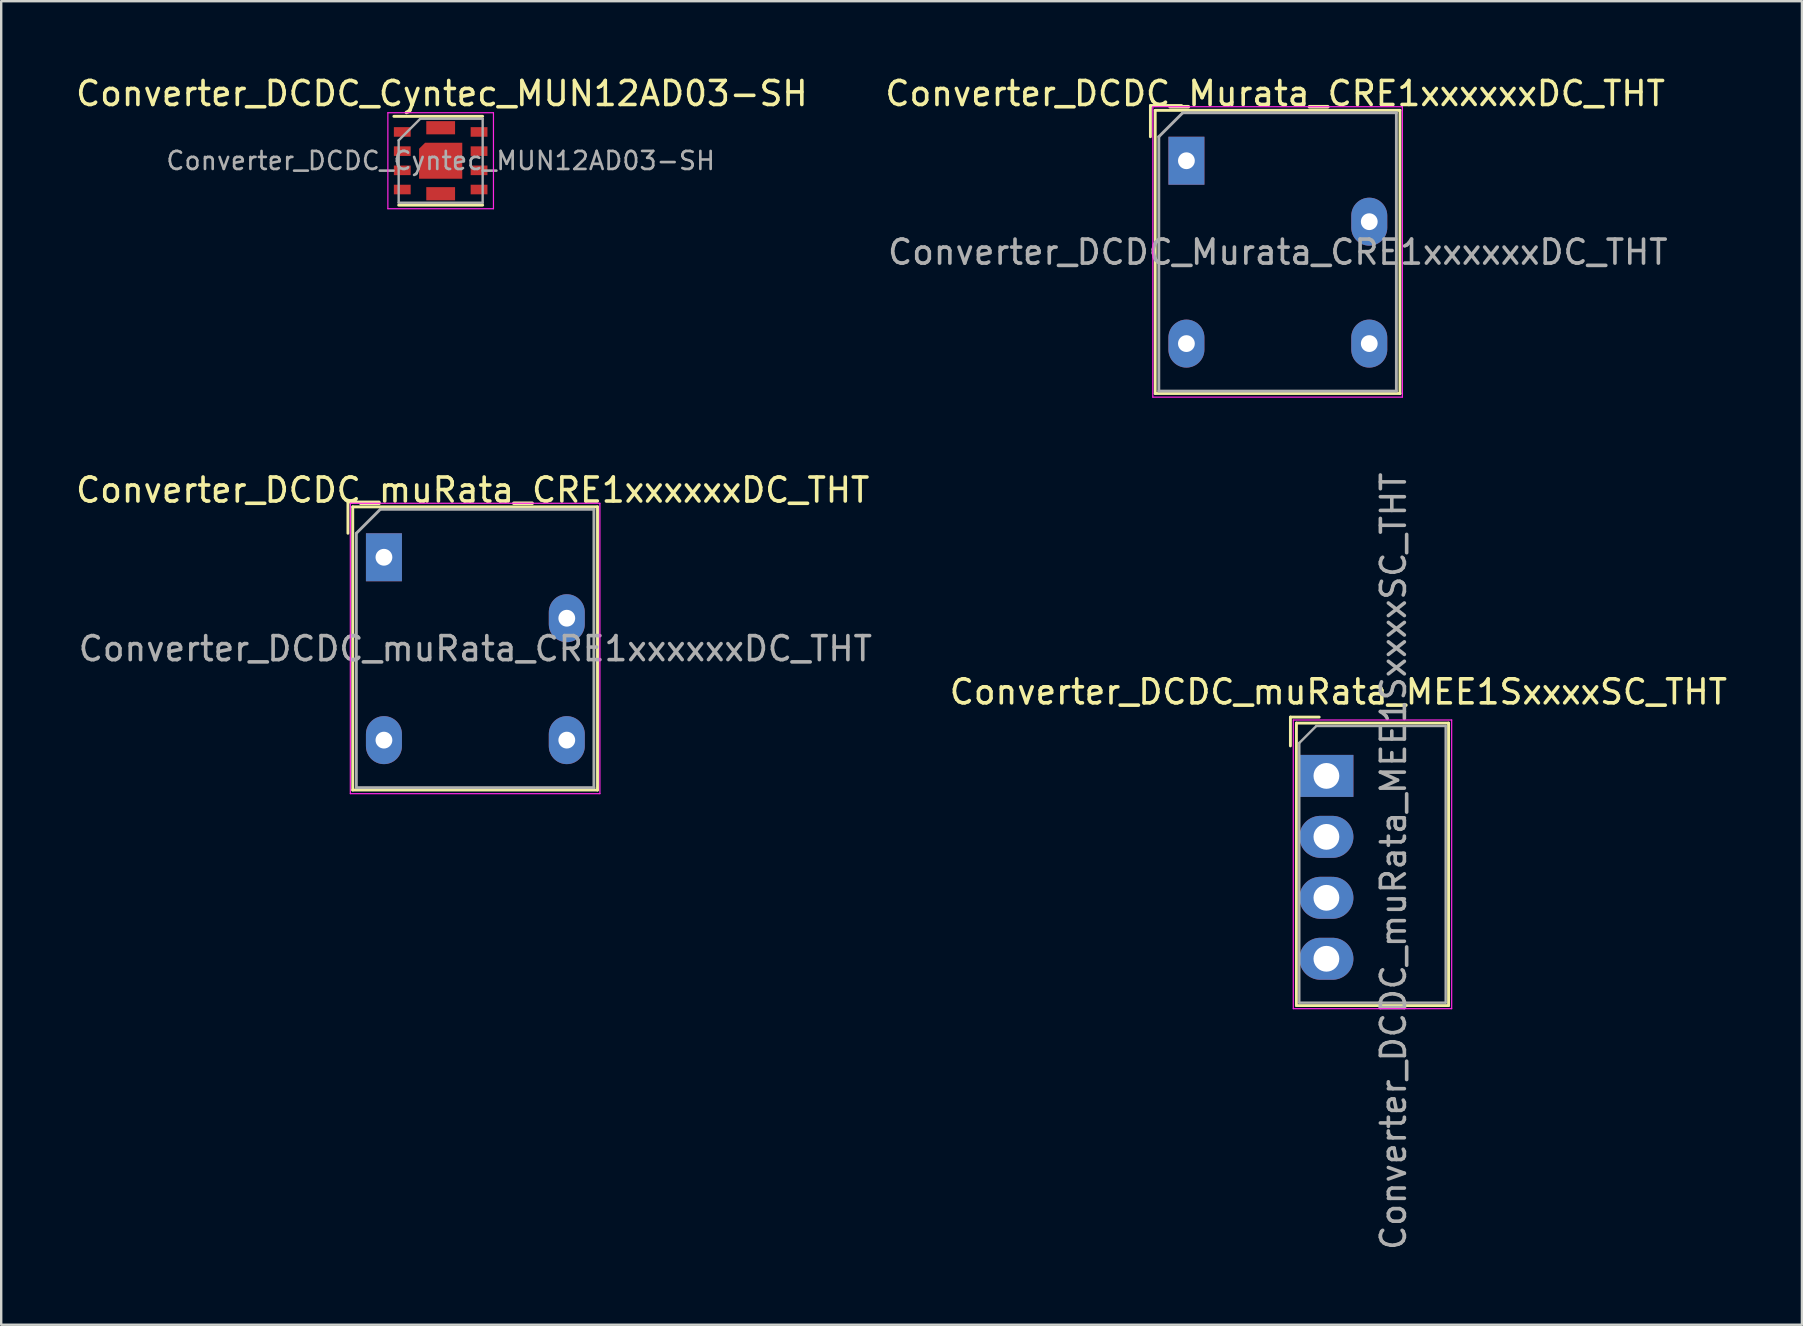
<source format=kicad_pcb>
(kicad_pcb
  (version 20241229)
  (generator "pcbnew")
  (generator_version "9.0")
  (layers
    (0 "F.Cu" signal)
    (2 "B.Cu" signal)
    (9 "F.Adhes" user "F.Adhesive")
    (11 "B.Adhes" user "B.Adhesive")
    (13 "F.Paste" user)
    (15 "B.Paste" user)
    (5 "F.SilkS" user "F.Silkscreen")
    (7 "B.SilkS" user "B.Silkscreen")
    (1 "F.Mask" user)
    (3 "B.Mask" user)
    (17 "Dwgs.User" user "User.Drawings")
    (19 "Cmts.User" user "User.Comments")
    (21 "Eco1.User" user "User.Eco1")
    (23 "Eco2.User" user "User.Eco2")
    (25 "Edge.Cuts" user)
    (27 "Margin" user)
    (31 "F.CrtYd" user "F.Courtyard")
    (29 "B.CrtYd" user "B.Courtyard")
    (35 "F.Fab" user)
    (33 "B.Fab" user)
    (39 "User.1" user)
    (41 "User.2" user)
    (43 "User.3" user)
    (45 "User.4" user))
  (footprint "Converter_DCDC_muRata_MEE1SxxxxSC_THT"
    (layer "F.Cu")
    (at 52.223 29.283)
    (property "Reference" "Converter_DCDC_muRata_MEE1SxxxxSC_THT" (at 0.5 -3.5 180) (layer "F.SilkS") (effects (font (size 1 1) (thickness 0.15))))
    (fp_line (start -1.5 -2.45) (end -1.5 -1.25) (stroke (width 0.12) (type solid)) (layer "F.SilkS"))
    (fp_line (start -1.25 -2.2) (end -1.25 9.57) (stroke (width 0.12) (type solid)) (layer "F.SilkS"))
    (fp_line (start -0.3 -2.45) (end -1.5 -2.45) (stroke (width 0.12) (type solid)) (layer "F.SilkS"))
    (fp_line (start 5.09 -2.2) (end -1.25 -2.2) (stroke (width 0.12) (type solid)) (layer "F.SilkS"))
    (fp_line (start 5.09 -2.2) (end 5.09 9.57) (stroke (width 0.12) (type solid)) (layer "F.SilkS"))
    (fp_line (start 5.09 9.57) (end -1.25 9.57) (stroke (width 0.12) (type solid)) (layer "F.SilkS"))
    (fp_line (start -1.38 -2.33) (end -1.38 9.7) (stroke (width 0.05) (type solid)) (layer "F.CrtYd"))
    (fp_line (start 5.22 -2.33) (end -1.38 -2.33) (stroke (width 0.05) (type solid)) (layer "F.CrtYd"))
    (fp_line (start 5.22 -2.33) (end 5.22 9.7) (stroke (width 0.05) (type solid)) (layer "F.CrtYd"))
    (fp_line (start 5.22 9.7) (end -1.38 9.7) (stroke (width 0.05) (type solid)) (layer "F.CrtYd"))
    (fp_line (start -1.13 -1.373) (end -1.13 9.45) (stroke (width 0.1) (type solid)) (layer "F.Fab"))
    (fp_line (start -1.13 9.45) (end 4.97 9.45) (stroke (width 0.1) (type solid)) (layer "F.Fab"))
    (fp_line (start -0.423 -2.08) (end -1.13 -1.373) (stroke (width 0.1) (type solid)) (layer "F.Fab"))
    (fp_line (start -0.423 -2.08) (end 4.97 -2.08) (stroke (width 0.1) (type solid)) (layer "F.Fab"))
    (fp_line (start 4.97 -2.08) (end 4.97 9.45) (stroke (width 0.1) (type solid)) (layer "F.Fab"))
    (fp_text user "${REFERENCE}" (at 2.794 3.556 270) (layer "F.Fab") (effects (font (size 1 1) (thickness 0.15))))
    (pad "1" thru_hole rect (at 0 0 270) (size 1.75 2.25) (drill 1.075) (layers "*.Cu" "*.Mask"))
    (pad "2" thru_hole oval (at 0 2.54 270) (size 1.75 2.25) (drill 1.075) (layers "*.Cu" "*.Mask"))
    (pad "3" thru_hole oval (at 0 5.08 270) (size 1.75 2.25) (drill 1.075) (layers "*.Cu" "*.Mask"))
    (pad "4" thru_hole oval (at 0 7.62 270) (size 1.75 2.25) (drill 1.075) (layers "*.Cu" "*.Mask")))
  (footprint "Converter_DCDC_Cyntec_MUN12AD03-SH"
    (layer "F.Cu")
    (at 15.313 3.648)
    (property "Reference" "Converter_DCDC_Cyntec_MUN12AD03-SH" (at 0.05 -2.8 0) (layer "F.SilkS") (effects (font (size 1 1) (thickness 0.15))))
    (attr smd)
    (fp_line (start -1.75 1.85) (end 1.75 1.85) (stroke (width 0.12) (type solid)) (layer "F.SilkS"))
    (fp_line (start 1.75 -1.85) (end -1.95 -1.85) (stroke (width 0.12) (type solid)) (layer "F.SilkS"))
    (fp_line (start -2.2 -2) (end -2.2 2) (stroke (width 0.05) (type solid)) (layer "F.CrtYd"))
    (fp_line (start -2.2 2) (end 2.2 2) (stroke (width 0.05) (type solid)) (layer "F.CrtYd"))
    (fp_line (start 2.2 -2) (end -2.2 -2) (stroke (width 0.05) (type solid)) (layer "F.CrtYd"))
    (fp_line (start 2.2 2) (end 2.2 -2) (stroke (width 0.05) (type solid)) (layer "F.CrtYd"))
    (fp_line (start -1.75 -0.85) (end -1.75 1.75) (stroke (width 0.1) (type solid)) (layer "F.Fab"))
    (fp_line (start -1.75 1.75) (end 1.75 1.75) (stroke (width 0.1) (type solid)) (layer "F.Fab"))
    (fp_line (start -0.85 -1.75) (end -1.75 -0.85) (stroke (width 0.1) (type solid)) (layer "F.Fab"))
    (fp_line (start 1.75 -1.75) (end -0.85 -1.75) (stroke (width 0.1) (type solid)) (layer "F.Fab"))
    (fp_line (start 1.75 1.75) (end 1.75 -1.75) (stroke (width 0.1) (type solid)) (layer "F.Fab"))
    (fp_text user "${REFERENCE}" (at 0 0 0) (layer "F.Fab") (effects (font (size 0.75 0.75) (thickness 0.11))))
    (pad "" smd custom (at -0.45 -0.375) (size 0.75 0.1) (layers "F.Paste") (options (anchor rect)) (primitives (gr_poly (pts (xy 0.375 0.3) (xy -0.375 0.3) (xy -0.375 -0.05) (xy -0.125 -0.3) (xy 0.375 -0.3)) (width 0) (fill yes))))
    (pad "" smd rect (at -0.45 0.375) (size 0.75 0.6) (layers "F.Paste"))
    (pad "" smd rect (at -0.3 -1.375) (size 0.45 0.55) (layers "F.Paste"))
    (pad "" smd rect (at -0.3 1.375) (size 0.45 0.55) (layers "F.Paste"))
    (pad "" smd rect (at 0.3 -1.375) (size 0.45 0.55) (layers "F.Paste"))
    (pad "" smd rect (at 0.3 1.375) (size 0.45 0.55) (layers "F.Paste"))
    (pad "" smd rect (at 0.45 -0.375) (size 0.75 0.6) (layers "F.Paste"))
    (pad "" smd rect (at 0.45 0.375) (size 0.75 0.6) (layers "F.Paste"))
    (pad "1" smd rect (at -1.6 -1.2) (size 0.7 0.4) (layers "F.Cu" "F.Mask" "F.Paste"))
    (pad "2" smd rect (at -1.6 -0.4) (size 0.7 0.4) (layers "F.Cu" "F.Mask" "F.Paste"))
    (pad "3" smd rect (at -1.6 0.4) (size 0.7 0.4) (layers "F.Cu" "F.Mask" "F.Paste"))
    (pad "4" smd rect (at -1.6 1.2) (size 0.7 0.4) (layers "F.Cu" "F.Mask" "F.Paste"))
    (pad "5" smd rect (at 1.6 1.2) (size 0.7 0.4) (layers "F.Cu" "F.Mask" "F.Paste"))
    (pad "6" smd rect (at 1.6 0.4) (size 0.7 0.4) (layers "F.Cu" "F.Mask" "F.Paste"))
    (pad "7" smd rect (at 1.6 -0.4) (size 0.7 0.4) (layers "F.Cu" "F.Mask" "F.Paste"))
    (pad "8" smd rect (at 1.6 -1.2) (size 0.7 0.4) (layers "F.Cu" "F.Mask" "F.Paste"))
    (pad "9" smd rect (at 0 1.375) (size 1.2 0.55) (layers "F.Cu" "F.Mask"))
    (pad "10" smd custom (at 0 0) (size 1.8 1) (layers "F.Cu" "F.Mask") (options (anchor rect)) (primitives (gr_poly (pts (xy 0.9 0.75) (xy -0.9 0.75) (xy -0.9 -0.5) (xy -0.65 -0.75) (xy 0.9 -0.75)) (width 0) (fill yes))))
    (pad "11" smd rect (at 0 -1.375) (size 1.2 0.55) (layers "F.Cu" "F.Mask")))
  (footprint "Converter_DCDC_muRata_CRE1xxxxxxDC_THT"
    (layer "F.Cu")
    (at 12.949 20.172)
    (property "Reference" "Converter_DCDC_muRata_CRE1xxxxxxDC_THT" (at 3.7 -2.8 0) (layer "F.SilkS") (effects (font (size 1 1) (thickness 0.15))))
    (fp_line (start -1.5 -1) (end -1.5 -2.3) (stroke (width 0.12) (type solid)) (layer "F.SilkS"))
    (fp_line (start -1.3 -2.1) (end 8.9 -2.1) (stroke (width 0.12) (type solid)) (layer "F.SilkS"))
    (fp_line (start -1.3 9.7) (end -1.3 -2.1) (stroke (width 0.12) (type solid)) (layer "F.SilkS"))
    (fp_line (start -0.2 -2.3) (end -1.5 -2.3) (stroke (width 0.12) (type solid)) (layer "F.SilkS"))
    (fp_line (start 8.9 -2.1) (end 8.9 9.7) (stroke (width 0.12) (type solid)) (layer "F.SilkS"))
    (fp_line (start 8.9 9.7) (end -1.3 9.7) (stroke (width 0.12) (type solid)) (layer "F.SilkS"))
    (fp_line (start -1.4 -2.25) (end -1.4 9.85) (stroke (width 0.05) (type solid)) (layer "F.CrtYd"))
    (fp_line (start -1.4 -2.25) (end 9 -2.25) (stroke (width 0.05) (type solid)) (layer "F.CrtYd"))
    (fp_line (start 9 9.85) (end -1.4 9.85) (stroke (width 0.05) (type solid)) (layer "F.CrtYd"))
    (fp_line (start 9 9.85) (end 9 -2.25) (stroke (width 0.05) (type solid)) (layer "F.CrtYd"))
    (fp_line (start -1.15 -1) (end -0.15 -2) (stroke (width 0.12) (type solid)) (layer "F.Fab"))
    (fp_line (start -1.15 9.6) (end -1.15 -1) (stroke (width 0.12) (type solid)) (layer "F.Fab"))
    (fp_line (start -0.15 -2) (end 8.75 -2) (stroke (width 0.12) (type solid)) (layer "F.Fab"))
    (fp_line (start 8.75 -2) (end 8.75 9.6) (stroke (width 0.12) (type solid)) (layer "F.Fab"))
    (fp_line (start 8.75 9.6) (end -1.15 9.6) (stroke (width 0.12) (type solid)) (layer "F.Fab"))
    (fp_text user "${REFERENCE}" (at 3.81 3.81 0) (layer "F.Fab") (effects (font (size 1 1) (thickness 0.15))))
    (pad "1" thru_hole rect (at 0 0) (size 1.5 2) (drill 0.7) (layers "*.Cu" "*.Mask"))
    (pad "4" thru_hole oval (at 0 7.62) (size 1.5 2) (drill 0.7) (layers "*.Cu" "*.Mask"))
    (pad "5" thru_hole oval (at 7.62 7.62) (size 1.5 2) (drill 0.7) (layers "*.Cu" "*.Mask"))
    (pad "7" thru_hole oval (at 7.62 2.54) (size 1.5 2) (drill 0.7) (layers "*.Cu" "*.Mask")))
  (footprint "Converter_DCDC_Murata_CRE1xxxxxxDC_THT"
    (layer "F.Cu")
    (at 46.389 3.648)
    (property "Reference" "Converter_DCDC_Murata_CRE1xxxxxxDC_THT" (at 3.7 -2.8 0) (layer "F.SilkS") (effects (font (size 1 1) (thickness 0.15))))
    (attr through_hole)
    (fp_line (start -1.5 -1) (end -1.5 -2.3) (stroke (width 0.12) (type solid)) (layer "F.SilkS"))
    (fp_line (start -1.3 -2.1) (end 8.9 -2.1) (stroke (width 0.12) (type solid)) (layer "F.SilkS"))
    (fp_line (start -1.3 9.7) (end -1.3 -2.1) (stroke (width 0.12) (type solid)) (layer "F.SilkS"))
    (fp_line (start -0.2 -2.3) (end -1.5 -2.3) (stroke (width 0.12) (type solid)) (layer "F.SilkS"))
    (fp_line (start 8.9 -2.1) (end 8.9 9.7) (stroke (width 0.12) (type solid)) (layer "F.SilkS"))
    (fp_line (start 8.9 9.7) (end -1.3 9.7) (stroke (width 0.12) (type solid)) (layer "F.SilkS"))
    (fp_line (start -1.4 -2.25) (end -1.4 9.85) (stroke (width 0.05) (type solid)) (layer "F.CrtYd"))
    (fp_line (start -1.4 -2.25) (end 9 -2.25) (stroke (width 0.05) (type solid)) (layer "F.CrtYd"))
    (fp_line (start 9 9.85) (end -1.4 9.85) (stroke (width 0.05) (type solid)) (layer "F.CrtYd"))
    (fp_line (start 9 9.85) (end 9 -2.25) (stroke (width 0.05) (type solid)) (layer "F.CrtYd"))
    (fp_line (start -1.15 -1) (end -0.15 -2) (stroke (width 0.12) (type solid)) (layer "F.Fab"))
    (fp_line (start -1.15 9.6) (end -1.15 -1) (stroke (width 0.12) (type solid)) (layer "F.Fab"))
    (fp_line (start -0.15 -2) (end 8.75 -2) (stroke (width 0.12) (type solid)) (layer "F.Fab"))
    (fp_line (start 8.75 -2) (end 8.75 9.6) (stroke (width 0.12) (type solid)) (layer "F.Fab"))
    (fp_line (start 8.75 9.6) (end -1.15 9.6) (stroke (width 0.12) (type solid)) (layer "F.Fab"))
    (fp_text user "${REFERENCE}" (at 3.81 3.81 0) (layer "F.Fab") (effects (font (size 1 1) (thickness 0.15))))
    (pad "1" thru_hole rect (at 0 0) (size 1.5 2) (drill 0.7) (layers "*.Cu" "*.Mask"))
    (pad "4" thru_hole oval (at 0 7.62) (size 1.5 2) (drill 0.7) (layers "*.Cu" "*.Mask"))
    (pad "5" thru_hole oval (at 7.62 7.62) (size 1.5 2) (drill 0.7) (layers "*.Cu" "*.Mask"))
    (pad "7" thru_hole oval (at 7.62 2.54) (size 1.5 2) (drill 0.7) (layers "*.Cu" "*.Mask")))
  (gr_rect
    (start -3 -3)
    (end 72.039 52.154)
    (stroke (width 0.1) (type default))
    (fill no)
    (layer "Edge.Cuts")))
</source>
